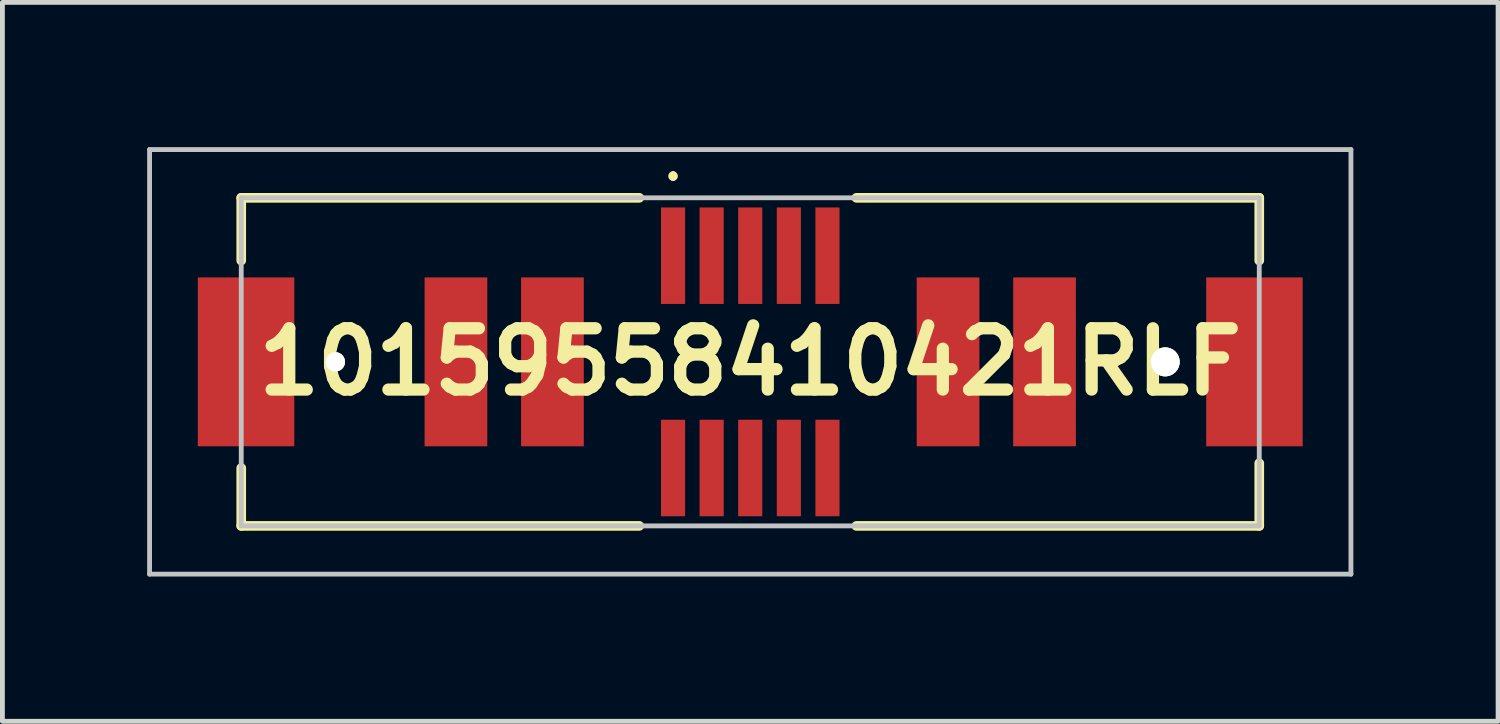
<source format=kicad_pcb>
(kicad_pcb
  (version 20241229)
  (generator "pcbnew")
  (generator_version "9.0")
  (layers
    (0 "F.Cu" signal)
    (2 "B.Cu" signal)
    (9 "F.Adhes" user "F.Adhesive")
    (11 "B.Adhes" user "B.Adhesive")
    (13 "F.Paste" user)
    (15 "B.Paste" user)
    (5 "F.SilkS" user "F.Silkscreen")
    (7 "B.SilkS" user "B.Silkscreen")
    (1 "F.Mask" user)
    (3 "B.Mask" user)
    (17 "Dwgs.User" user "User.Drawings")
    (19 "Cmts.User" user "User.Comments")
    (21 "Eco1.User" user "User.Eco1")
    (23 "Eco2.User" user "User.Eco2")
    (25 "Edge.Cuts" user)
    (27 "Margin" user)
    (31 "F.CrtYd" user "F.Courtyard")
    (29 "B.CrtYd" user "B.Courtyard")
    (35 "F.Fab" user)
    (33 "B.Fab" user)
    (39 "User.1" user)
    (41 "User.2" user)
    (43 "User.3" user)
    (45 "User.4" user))
  (footprint "10159558410421RLF"
    (layer "F.Cu")
    (at 12.5 4.45)
    (property "Reference" "10159558410421RLF" (at 0 0 0) (layer "F.SilkS") (effects (font (size 1.27 1.27) (thickness 0.254))))
    (attr through_hole exclude_from_pos_files)
    (fp_line (start -10.55 -3.4) (end -2.3 -3.4) (stroke (width 0.2) (type solid)) (layer "F.SilkS"))
    (fp_line (start -10.55 -2.1) (end -10.55 -3.4) (stroke (width 0.2) (type solid)) (layer "F.SilkS"))
    (fp_line (start -10.55 3.4) (end -10.55 2.2) (stroke (width 0.2) (type solid)) (layer "F.SilkS"))
    (fp_line (start -2.3 3.4) (end -10.55 3.4) (stroke (width 0.2) (type solid)) (layer "F.SilkS"))
    (fp_line (start -1.6 -3.9) (end -1.6 -3.9) (stroke (width 0.1) (type solid)) (layer "F.SilkS"))
    (fp_line (start -1.6 -3.8) (end -1.6 -3.8) (stroke (width 0.1) (type solid)) (layer "F.SilkS"))
    (fp_line (start 2.2 -3.4) (end 10.55 -3.4) (stroke (width 0.2) (type solid)) (layer "F.SilkS"))
    (fp_line (start 10.55 -3.4) (end 10.55 -2.1) (stroke (width 0.2) (type solid)) (layer "F.SilkS"))
    (fp_line (start 10.55 2.1) (end 10.55 3.4) (stroke (width 0.2) (type solid)) (layer "F.SilkS"))
    (fp_line (start 10.55 3.4) (end 2.2 3.4) (stroke (width 0.2) (type solid)) (layer "F.SilkS"))
    (fp_arc (start -1.6 -3.9) (mid -1.55 -3.85) (end -1.6 -3.8) (stroke (width 0.1) (type solid)) (layer "F.SilkS"))
    (fp_arc (start -1.6 -3.8) (mid -1.65 -3.85) (end -1.6 -3.9) (stroke (width 0.1) (type solid)) (layer "F.SilkS"))
    (fp_line (start -12.45 -4.4) (end 12.45 -4.4) (stroke (width 0.1) (type solid)) (layer "Dwgs.User"))
    (fp_line (start -12.45 4.4) (end -12.45 -4.4) (stroke (width 0.1) (type solid)) (layer "Dwgs.User"))
    (fp_line (start -10.55 -3.4) (end -10.55 3.4) (stroke (width 0.1) (type solid)) (layer "Dwgs.User"))
    (fp_line (start -10.55 3.4) (end 10.55 3.4) (stroke (width 0.1) (type solid)) (layer "Dwgs.User"))
    (fp_line (start 10.55 -3.4) (end -10.55 -3.4) (stroke (width 0.1) (type solid)) (layer "Dwgs.User"))
    (fp_line (start 10.55 3.4) (end 10.55 -3.4) (stroke (width 0.1) (type solid)) (layer "Dwgs.User"))
    (fp_line (start 12.45 -4.4) (end 12.45 4.4) (stroke (width 0.1) (type solid)) (layer "Dwgs.User"))
    (fp_line (start 12.45 4.4) (end -12.45 4.4) (stroke (width 0.1) (type solid)) (layer "Dwgs.User"))
    (pad "MH1" thru_hole circle (at -8.6 0 90) (size 0.4 0.4) (drill 0.8) (layers "*.Cu" "*.Mask" "F.SilkS"))
    (pad "MH2" thru_hole circle (at 8.6 0 90) (size 0.6 0.6) (drill 1.2) (layers "*.Cu" "*.Mask" "F.SilkS"))
    (pad "MP1" smd rect (at -10.45 0) (size 2 3.5) (layers "F.Cu" "F.Mask" "F.Paste"))
    (pad "MP2" smd rect (at 10.45 0) (size 2 3.5) (layers "F.Cu" "F.Mask" "F.Paste"))
    (pad "P1" smd rect (at -6.1 0) (size 1.3 3.5) (layers "F.Cu" "F.Mask" "F.Paste"))
    (pad "P2" smd rect (at -4.1 0) (size 1.3 3.5) (layers "F.Cu" "F.Mask" "F.Paste"))
    (pad "P3" smd rect (at 4.1 0) (size 1.3 3.5) (layers "F.Cu" "F.Mask" "F.Paste"))
    (pad "P4" smd rect (at 6.1 0) (size 1.3 3.5) (layers "F.Cu" "F.Mask" "F.Paste"))
    (pad "S1" smd rect (at -1.6 -2.2) (size 0.5 2) (layers "F.Cu" "F.Mask" "F.Paste"))
    (pad "S2" smd rect (at -1.6 2.2) (size 0.5 2) (layers "F.Cu" "F.Mask" "F.Paste"))
    (pad "S3" smd rect (at -0.8 -2.2) (size 0.5 2) (layers "F.Cu" "F.Mask" "F.Paste"))
    (pad "S4" smd rect (at -0.8 2.2) (size 0.5 2) (layers "F.Cu" "F.Mask" "F.Paste"))
    (pad "S5" smd rect (at 0 -2.2) (size 0.5 2) (layers "F.Cu" "F.Mask" "F.Paste"))
    (pad "S6" smd rect (at 0 2.2) (size 0.5 2) (layers "F.Cu" "F.Mask" "F.Paste"))
    (pad "S7" smd rect (at 0.8 -2.2) (size 0.5 2) (layers "F.Cu" "F.Mask" "F.Paste"))
    (pad "S8" smd rect (at 0.8 2.2) (size 0.5 2) (layers "F.Cu" "F.Mask" "F.Paste"))
    (pad "S9" smd rect (at 1.6 -2.2) (size 0.5 2) (layers "F.Cu" "F.Mask" "F.Paste"))
    (pad "S10" smd rect (at 1.6 2.2) (size 0.5 2) (layers "F.Cu" "F.Mask" "F.Paste")))
  (gr_rect
    (start -3 -3)
    (end 28 11.9)
    (stroke (width 0.1) (type default))
    (fill no)
    (layer "Edge.Cuts")))
</source>
